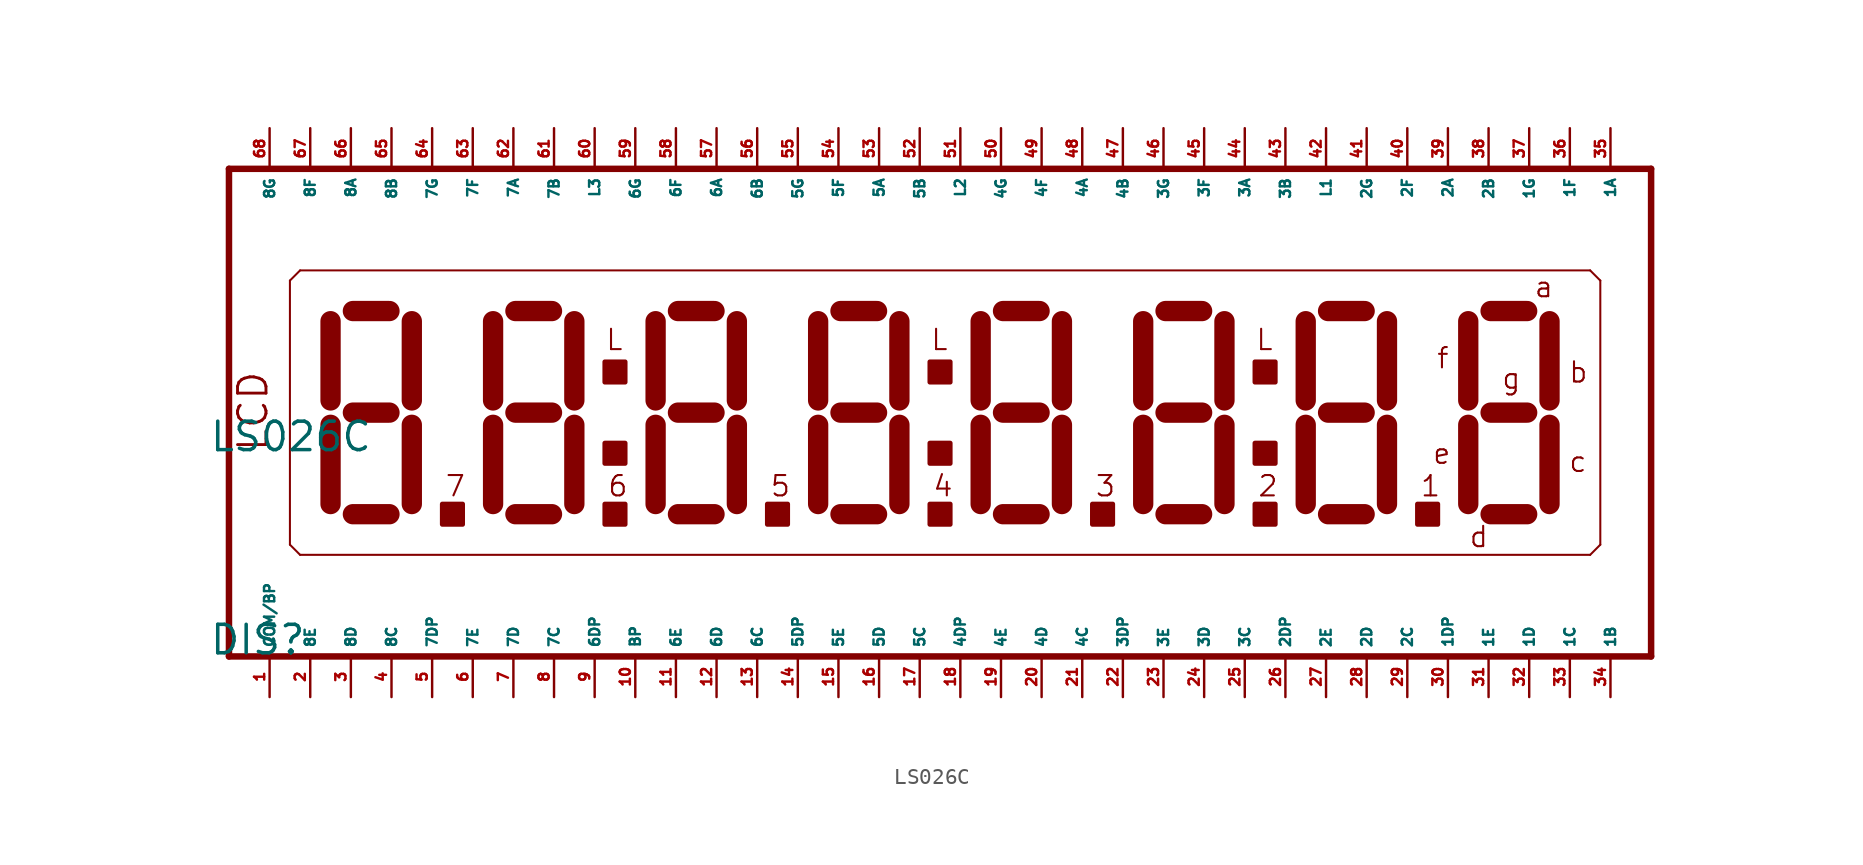
<source format=kicad_sym>
(kicad_symbol_lib
  (version 20220914)
  (generator Eagle2Kicad)
  (symbol "LS026C"
    (property "Reference" "DIS"
      (at -44.45 -15.24 0)
      (effects (font (size 1.778 1.778) (thickness 0.22)) (justify left bottom)))
    (property "Value" "LS026C"
      (at -44.45 -2.54 0)
      (effects (font (size 1.778 1.778) (thickness 0.22)) (justify left bottom)))
    (polyline
      (pts (xy -43.18 -15.24) (xy 45.72 -15.24))
      (stroke (width 0.406) (type default))
      (fill (type none)))
    (polyline
      (pts (xy 45.72 15.24) (xy -43.18 15.24))
      (stroke (width 0.406) (type default))
      (fill (type none)))
    (polyline
      (pts (xy -43.18 15.24) (xy -43.18 -15.24))
      (stroke (width 0.406) (type default))
      (fill (type none)))
    (polyline
      (pts (xy 45.72 -15.24) (xy 45.72 15.24))
      (stroke (width 0.406) (type default))
      (fill (type none)))
    (polyline
      (pts (xy -38.735 8.89) (xy -39.37 8.255))
      (stroke (width 0.127) (type default))
      (fill (type none)))
    (polyline
      (pts (xy -39.37 8.255) (xy -39.37 -8.255))
      (stroke (width 0.127) (type default))
      (fill (type none)))
    (polyline
      (pts (xy -39.37 -8.255) (xy -38.735 -8.89))
      (stroke (width 0.127) (type default))
      (fill (type none)))
    (polyline
      (pts (xy -38.735 -8.89) (xy 41.91 -8.89))
      (stroke (width 0.127) (type default))
      (fill (type none)))
    (polyline
      (pts (xy 41.91 -8.89) (xy 42.545 -8.255))
      (stroke (width 0.127) (type default))
      (fill (type none)))
    (polyline
      (pts (xy 42.545 -8.255) (xy 42.545 8.255))
      (stroke (width 0.127) (type default))
      (fill (type none)))
    (polyline
      (pts (xy 42.545 8.255) (xy 41.91 8.89))
      (stroke (width 0.127) (type default))
      (fill (type none)))
    (polyline
      (pts (xy 41.91 8.89) (xy -38.735 8.89))
      (stroke (width 0.127) (type default))
      (fill (type none)))
    (polyline
      (pts (xy -31.75 -5.715) (xy -31.75 -0.762))
      (stroke (width 1.27) (type default))
      (fill (type none)))
    (polyline
      (pts (xy -31.75 0.762) (xy -31.75 5.715))
      (stroke (width 1.27) (type default))
      (fill (type none)))
    (polyline
      (pts (xy 34.29 5.715) (xy 34.29 0.762))
      (stroke (width 1.27) (type default))
      (fill (type none)))
    (polyline
      (pts (xy 34.29 -0.762) (xy 34.29 -5.715))
      (stroke (width 1.27) (type default))
      (fill (type none)))
    (polyline
      (pts (xy 35.687 -6.35) (xy 37.973 -6.35))
      (stroke (width 1.27) (type default))
      (fill (type none)))
    (polyline
      (pts (xy 39.37 -5.715) (xy 39.37 -0.762))
      (stroke (width 1.27) (type default))
      (fill (type none)))
    (polyline
      (pts (xy 39.37 0.762) (xy 39.37 5.715))
      (stroke (width 1.27) (type default))
      (fill (type none)))
    (polyline
      (pts (xy 35.687 6.35) (xy 37.973 6.35))
      (stroke (width 1.27) (type default))
      (fill (type none)))
    (polyline
      (pts (xy 35.687 0) (xy 37.973 0))
      (stroke (width 1.27) (type default))
      (fill (type none)))
    (polyline
      (pts (xy -26.67 5.715) (xy -26.67 0.762))
      (stroke (width 1.27) (type default))
      (fill (type none)))
    (polyline
      (pts (xy -26.67 -0.762) (xy -26.67 -5.715))
      (stroke (width 1.27) (type default))
      (fill (type none)))
    (polyline
      (pts (xy -25.273 -6.35) (xy -22.987 -6.35))
      (stroke (width 1.27) (type default))
      (fill (type none)))
    (polyline
      (pts (xy -21.59 -5.715) (xy -21.59 -0.762))
      (stroke (width 1.27) (type default))
      (fill (type none)))
    (polyline
      (pts (xy -21.59 0.762) (xy -21.59 5.715))
      (stroke (width 1.27) (type default))
      (fill (type none)))
    (polyline
      (pts (xy -25.273 6.35) (xy -22.987 6.35))
      (stroke (width 1.27) (type default))
      (fill (type none)))
    (polyline
      (pts (xy -25.273 0) (xy -22.987 0))
      (stroke (width 1.27) (type default))
      (fill (type none)))
    (polyline
      (pts (xy 24.13 5.715) (xy 24.13 0.762))
      (stroke (width 1.27) (type default))
      (fill (type none)))
    (polyline
      (pts (xy 24.13 -0.762) (xy 24.13 -5.715))
      (stroke (width 1.27) (type default))
      (fill (type none)))
    (polyline
      (pts (xy 25.527 -6.35) (xy 27.813 -6.35))
      (stroke (width 1.27) (type default))
      (fill (type none)))
    (polyline
      (pts (xy 29.21 -5.715) (xy 29.21 -0.762))
      (stroke (width 1.27) (type default))
      (fill (type none)))
    (polyline
      (pts (xy 29.21 0.762) (xy 29.21 5.715))
      (stroke (width 1.27) (type default))
      (fill (type none)))
    (polyline
      (pts (xy 25.527 6.35) (xy 27.813 6.35))
      (stroke (width 1.27) (type default))
      (fill (type none)))
    (polyline
      (pts (xy 25.527 0) (xy 27.813 0))
      (stroke (width 1.27) (type default))
      (fill (type none)))
    (polyline
      (pts (xy -16.51 5.715) (xy -16.51 0.762))
      (stroke (width 1.27) (type default))
      (fill (type none)))
    (polyline
      (pts (xy -16.51 -0.762) (xy -16.51 -5.715))
      (stroke (width 1.27) (type default))
      (fill (type none)))
    (polyline
      (pts (xy -15.113 -6.35) (xy -12.827 -6.35))
      (stroke (width 1.27) (type default))
      (fill (type none)))
    (polyline
      (pts (xy -11.43 -5.715) (xy -11.43 -0.762))
      (stroke (width 1.27) (type default))
      (fill (type none)))
    (polyline
      (pts (xy -11.43 0.762) (xy -11.43 5.715))
      (stroke (width 1.27) (type default))
      (fill (type none)))
    (polyline
      (pts (xy -15.113 6.35) (xy -12.827 6.35))
      (stroke (width 1.27) (type default))
      (fill (type none)))
    (polyline
      (pts (xy -15.113 0) (xy -12.827 0))
      (stroke (width 1.27) (type default))
      (fill (type none)))
    (polyline
      (pts (xy -36.83 5.715) (xy -36.83 0.762))
      (stroke (width 1.27) (type default))
      (fill (type none)))
    (polyline
      (pts (xy -36.83 -0.762) (xy -36.83 -5.715))
      (stroke (width 1.27) (type default))
      (fill (type none)))
    (polyline
      (pts (xy -35.433 -6.35) (xy -33.147 -6.35))
      (stroke (width 1.27) (type default))
      (fill (type none)))
    (polyline
      (pts (xy -35.433 6.35) (xy -33.147 6.35))
      (stroke (width 1.27) (type default))
      (fill (type none)))
    (polyline
      (pts (xy -35.433 0) (xy -33.147 0))
      (stroke (width 1.27) (type default))
      (fill (type none)))
    (polyline
      (pts (xy -6.35 5.715) (xy -6.35 0.762))
      (stroke (width 1.27) (type default))
      (fill (type none)))
    (polyline
      (pts (xy -6.35 -0.762) (xy -6.35 -5.715))
      (stroke (width 1.27) (type default))
      (fill (type none)))
    (polyline
      (pts (xy -4.953 -6.35) (xy -2.667 -6.35))
      (stroke (width 1.27) (type default))
      (fill (type none)))
    (polyline
      (pts (xy -1.27 -5.715) (xy -1.27 -0.762))
      (stroke (width 1.27) (type default))
      (fill (type none)))
    (polyline
      (pts (xy -1.27 0.762) (xy -1.27 5.715))
      (stroke (width 1.27) (type default))
      (fill (type none)))
    (polyline
      (pts (xy -4.953 6.35) (xy -2.667 6.35))
      (stroke (width 1.27) (type default))
      (fill (type none)))
    (polyline
      (pts (xy -4.953 0) (xy -2.667 0))
      (stroke (width 1.27) (type default))
      (fill (type none)))
    (polyline
      (pts (xy 3.81 5.715) (xy 3.81 0.762))
      (stroke (width 1.27) (type default))
      (fill (type none)))
    (polyline
      (pts (xy 3.81 -0.762) (xy 3.81 -5.715))
      (stroke (width 1.27) (type default))
      (fill (type none)))
    (polyline
      (pts (xy 5.207 -6.35) (xy 7.493 -6.35))
      (stroke (width 1.27) (type default))
      (fill (type none)))
    (polyline
      (pts (xy 8.89 -5.715) (xy 8.89 -0.762))
      (stroke (width 1.27) (type default))
      (fill (type none)))
    (polyline
      (pts (xy 8.89 0.762) (xy 8.89 5.715))
      (stroke (width 1.27) (type default))
      (fill (type none)))
    (polyline
      (pts (xy 5.207 6.35) (xy 7.493 6.35))
      (stroke (width 1.27) (type default))
      (fill (type none)))
    (polyline
      (pts (xy 5.207 0) (xy 7.493 0))
      (stroke (width 1.27) (type default))
      (fill (type none)))
    (polyline
      (pts (xy 13.97 5.715) (xy 13.97 0.762))
      (stroke (width 1.27) (type default))
      (fill (type none)))
    (polyline
      (pts (xy 13.97 -0.762) (xy 13.97 -5.715))
      (stroke (width 1.27) (type default))
      (fill (type none)))
    (polyline
      (pts (xy 15.367 -6.35) (xy 17.653 -6.35))
      (stroke (width 1.27) (type default))
      (fill (type none)))
    (polyline
      (pts (xy 19.05 -5.715) (xy 19.05 -0.762))
      (stroke (width 1.27) (type default))
      (fill (type none)))
    (polyline
      (pts (xy 19.05 0.762) (xy 19.05 5.715))
      (stroke (width 1.27) (type default))
      (fill (type none)))
    (polyline
      (pts (xy 15.367 6.35) (xy 17.653 6.35))
      (stroke (width 1.27) (type default))
      (fill (type none)))
    (polyline
      (pts (xy 15.367 0) (xy 17.653 0))
      (stroke (width 1.27) (type default))
      (fill (type none)))
    (text "LCD"
      (at -40.64 -2.54 900)
      (effects (font (size 1.778 1.778) (thickness 0.18)) (justify left bottom)))
    (text "a"
      (at 38.354 7.112 0)
      (effects (font (size 1.27 1.27) (thickness 0.13)) (justify left bottom)))
    (text "b"
      (at 40.513 1.778 0)
      (effects (font (size 1.27 1.27) (thickness 0.13)) (justify left bottom)))
    (text "c"
      (at 40.513 -3.81 0)
      (effects (font (size 1.27 1.27) (thickness 0.13)) (justify left bottom)))
    (text "d"
      (at 34.29 -8.509 0)
      (effects (font (size 1.27 1.27) (thickness 0.13)) (justify left bottom)))
    (text "e"
      (at 32.004 -3.302 0)
      (effects (font (size 1.27 1.27) (thickness 0.13)) (justify left bottom)))
    (text "f"
      (at 32.258 2.667 0)
      (effects (font (size 1.27 1.27) (thickness 0.13)) (justify left bottom)))
    (text "g"
      (at 36.322 1.397 0)
      (effects (font (size 1.27 1.27) (thickness 0.13)) (justify left bottom)))
    (text "L"
      (at -19.685 3.81 0)
      (effects (font (size 1.27 1.27) (thickness 0.13)) (justify left bottom)))
    (text "L"
      (at 0.635 3.81 0)
      (effects (font (size 1.27 1.27) (thickness 0.13)) (justify left bottom)))
    (text "L"
      (at 20.955 3.81 0)
      (effects (font (size 1.27 1.27) (thickness 0.13)) (justify left bottom)))
    (text "3"
      (at 10.922 -5.334 0)
      (effects (font (size 1.27 1.27) (thickness 0.13)) (justify left bottom)))
    (text "1"
      (at 31.242 -5.334 0)
      (effects (font (size 1.27 1.27) (thickness 0.13)) (justify left bottom)))
    (text "2"
      (at 21.082 -5.334 0)
      (effects (font (size 1.27 1.27) (thickness 0.13)) (justify left bottom)))
    (text "4"
      (at 0.762 -5.334 0)
      (effects (font (size 1.27 1.27) (thickness 0.13)) (justify left bottom)))
    (text "5"
      (at -9.398 -5.334 0)
      (effects (font (size 1.27 1.27) (thickness 0.13)) (justify left bottom)))
    (text "6"
      (at -19.558 -5.334 0)
      (effects (font (size 1.27 1.27) (thickness 0.13)) (justify left bottom)))
    (text "7"
      (at -29.718 -5.334 0)
      (effects (font (size 1.27 1.27) (thickness 0.13)) (justify left bottom)))
    (rectangle
      (start -9.525 -6.985)
      (end -8.255 -5.715)
      (stroke (width 0.3) (type default))
      (fill (type outline)))
    (rectangle
      (start 31.115 -6.985)
      (end 32.385 -5.715)
      (stroke (width 0.3) (type default))
      (fill (type outline)))
    (rectangle
      (start -19.685 -3.175)
      (end -18.415 -1.905)
      (stroke (width 0.3) (type default))
      (fill (type outline)))
    (rectangle
      (start -19.685 1.905)
      (end -18.415 3.175)
      (stroke (width 0.3) (type default))
      (fill (type outline)))
    (rectangle
      (start 0.635 -3.175)
      (end 1.905 -1.905)
      (stroke (width 0.3) (type default))
      (fill (type outline)))
    (rectangle
      (start 0.635 1.905)
      (end 1.905 3.175)
      (stroke (width 0.3) (type default))
      (fill (type outline)))
    (rectangle
      (start 20.955 -3.175)
      (end 22.225 -1.905)
      (stroke (width 0.3) (type default))
      (fill (type outline)))
    (rectangle
      (start 20.955 1.905)
      (end 22.225 3.175)
      (stroke (width 0.3) (type default))
      (fill (type outline)))
    (rectangle
      (start -29.845 -6.985)
      (end -28.575 -5.715)
      (stroke (width 0.3) (type default))
      (fill (type outline)))
    (rectangle
      (start -19.685 -6.985)
      (end -18.415 -5.715)
      (stroke (width 0.3) (type default))
      (fill (type outline)))
    (rectangle
      (start 0.635 -6.985)
      (end 1.905 -5.715)
      (stroke (width 0.3) (type default))
      (fill (type outline)))
    (rectangle
      (start 10.795 -6.985)
      (end 12.065 -5.715)
      (stroke (width 0.3) (type default))
      (fill (type outline)))
    (rectangle
      (start 20.955 -6.985)
      (end 22.225 -5.715)
      (stroke (width 0.3) (type default))
      (fill (type outline)))
    (pin passive line
      (at -40.64 -17.78 90)
      (length 2.54)
      (name "COM/BP" (effects (font (size 0.635 0.635) (thickness 0.08)) (justify left bottom)))
      (number "1" (effects (font (size 0.635 0.635) (thickness 0.08)) (justify left bottom))))
    (pin passive line
      (at 33.02 -17.78 90)
      (length 2.54)
      (name "1DP" (effects (font (size 0.635 0.635) (thickness 0.08)) (justify left bottom)))
      (number "30" (effects (font (size 0.635 0.635) (thickness 0.08)) (justify left bottom))))
    (pin passive line
      (at -5.08 -17.78 90)
      (length 2.54)
      (name "5E" (effects (font (size 0.635 0.635) (thickness 0.08)) (justify left bottom)))
      (number "15" (effects (font (size 0.635 0.635) (thickness 0.08)) (justify left bottom))))
    (pin passive line
      (at 0 -17.78 90)
      (length 2.54)
      (name "5C" (effects (font (size 0.635 0.635) (thickness 0.08)) (justify left bottom)))
      (number "17" (effects (font (size 0.635 0.635) (thickness 0.08)) (justify left bottom))))
    (pin passive line
      (at 15.24 -17.78 90)
      (length 2.54)
      (name "3E" (effects (font (size 0.635 0.635) (thickness 0.08)) (justify left bottom)))
      (number "23" (effects (font (size 0.635 0.635) (thickness 0.08)) (justify left bottom))))
    (pin passive line
      (at 17.78 -17.78 90)
      (length 2.54)
      (name "3D" (effects (font (size 0.635 0.635) (thickness 0.08)) (justify left bottom)))
      (number "24" (effects (font (size 0.635 0.635) (thickness 0.08)) (justify left bottom))))
    (pin passive line
      (at 20.32 -17.78 90)
      (length 2.54)
      (name "3C" (effects (font (size 0.635 0.635) (thickness 0.08)) (justify left bottom)))
      (number "25" (effects (font (size 0.635 0.635) (thickness 0.08)) (justify left bottom))))
    (pin passive line
      (at 12.7 -17.78 90)
      (length 2.54)
      (name "3DP" (effects (font (size 0.635 0.635) (thickness 0.08)) (justify left bottom)))
      (number "22" (effects (font (size 0.635 0.635) (thickness 0.08)) (justify left bottom))))
    (pin passive line
      (at 25.4 -17.78 90)
      (length 2.54)
      (name "2E" (effects (font (size 0.635 0.635) (thickness 0.08)) (justify left bottom)))
      (number "27" (effects (font (size 0.635 0.635) (thickness 0.08)) (justify left bottom))))
    (pin passive line
      (at 27.94 -17.78 90)
      (length 2.54)
      (name "2D" (effects (font (size 0.635 0.635) (thickness 0.08)) (justify left bottom)))
      (number "28" (effects (font (size 0.635 0.635) (thickness 0.08)) (justify left bottom))))
    (pin passive line
      (at 30.48 -17.78 90)
      (length 2.54)
      (name "2C" (effects (font (size 0.635 0.635) (thickness 0.08)) (justify left bottom)))
      (number "29" (effects (font (size 0.635 0.635) (thickness 0.08)) (justify left bottom))))
    (pin passive line
      (at 22.86 -17.78 90)
      (length 2.54)
      (name "2DP" (effects (font (size 0.635 0.635) (thickness 0.08)) (justify left bottom)))
      (number "26" (effects (font (size 0.635 0.635) (thickness 0.08)) (justify left bottom))))
    (pin passive line
      (at 35.56 -17.78 90)
      (length 2.54)
      (name "1E" (effects (font (size 0.635 0.635) (thickness 0.08)) (justify left bottom)))
      (number "31" (effects (font (size 0.635 0.635) (thickness 0.08)) (justify left bottom))))
    (pin passive line
      (at 38.1 -17.78 90)
      (length 2.54)
      (name "1D" (effects (font (size 0.635 0.635) (thickness 0.08)) (justify left bottom)))
      (number "32" (effects (font (size 0.635 0.635) (thickness 0.08)) (justify left bottom))))
    (pin passive line
      (at 40.64 -17.78 90)
      (length 2.54)
      (name "1C" (effects (font (size 0.635 0.635) (thickness 0.08)) (justify left bottom)))
      (number "33" (effects (font (size 0.635 0.635) (thickness 0.08)) (justify left bottom))))
    (pin passive line
      (at 43.18 -17.78 90)
      (length 2.54)
      (name "1B" (effects (font (size 0.635 0.635) (thickness 0.08)) (justify left bottom)))
      (number "34" (effects (font (size 0.635 0.635) (thickness 0.08)) (justify left bottom))))
    (pin passive line
      (at 43.18 17.78 270)
      (length 2.54)
      (name "1A" (effects (font (size 0.635 0.635) (thickness 0.08)) (justify left bottom)))
      (number "35" (effects (font (size 0.635 0.635) (thickness 0.08)) (justify left bottom))))
    (pin passive line
      (at 40.64 17.78 270)
      (length 2.54)
      (name "1F" (effects (font (size 0.635 0.635) (thickness 0.08)) (justify left bottom)))
      (number "36" (effects (font (size 0.635 0.635) (thickness 0.08)) (justify left bottom))))
    (pin passive line
      (at 38.1 17.78 270)
      (length 2.54)
      (name "1G" (effects (font (size 0.635 0.635) (thickness 0.08)) (justify left bottom)))
      (number "37" (effects (font (size 0.635 0.635) (thickness 0.08)) (justify left bottom))))
    (pin passive line
      (at 35.56 17.78 270)
      (length 2.54)
      (name "2B" (effects (font (size 0.635 0.635) (thickness 0.08)) (justify left bottom)))
      (number "38" (effects (font (size 0.635 0.635) (thickness 0.08)) (justify left bottom))))
    (pin passive line
      (at 33.02 17.78 270)
      (length 2.54)
      (name "2A" (effects (font (size 0.635 0.635) (thickness 0.08)) (justify left bottom)))
      (number "39" (effects (font (size 0.635 0.635) (thickness 0.08)) (justify left bottom))))
    (pin passive line
      (at 30.48 17.78 270)
      (length 2.54)
      (name "2F" (effects (font (size 0.635 0.635) (thickness 0.08)) (justify left bottom)))
      (number "40" (effects (font (size 0.635 0.635) (thickness 0.08)) (justify left bottom))))
    (pin passive line
      (at 27.94 17.78 270)
      (length 2.54)
      (name "2G" (effects (font (size 0.635 0.635) (thickness 0.08)) (justify left bottom)))
      (number "41" (effects (font (size 0.635 0.635) (thickness 0.08)) (justify left bottom))))
    (pin passive line
      (at 2.54 17.78 270)
      (length 2.54)
      (name "L2" (effects (font (size 0.635 0.635) (thickness 0.08)) (justify left bottom)))
      (number "51" (effects (font (size 0.635 0.635) (thickness 0.08)) (justify left bottom))))
    (pin passive line
      (at 22.86 17.78 270)
      (length 2.54)
      (name "3B" (effects (font (size 0.635 0.635) (thickness 0.08)) (justify left bottom)))
      (number "43" (effects (font (size 0.635 0.635) (thickness 0.08)) (justify left bottom))))
    (pin passive line
      (at 20.32 17.78 270)
      (length 2.54)
      (name "3A" (effects (font (size 0.635 0.635) (thickness 0.08)) (justify left bottom)))
      (number "44" (effects (font (size 0.635 0.635) (thickness 0.08)) (justify left bottom))))
    (pin passive line
      (at 17.78 17.78 270)
      (length 2.54)
      (name "3F" (effects (font (size 0.635 0.635) (thickness 0.08)) (justify left bottom)))
      (number "45" (effects (font (size 0.635 0.635) (thickness 0.08)) (justify left bottom))))
    (pin passive line
      (at 15.24 17.78 270)
      (length 2.54)
      (name "3G" (effects (font (size 0.635 0.635) (thickness 0.08)) (justify left bottom)))
      (number "46" (effects (font (size 0.635 0.635) (thickness 0.08)) (justify left bottom))))
    (pin passive line
      (at 0 17.78 270)
      (length 2.54)
      (name "5B" (effects (font (size 0.635 0.635) (thickness 0.08)) (justify left bottom)))
      (number "52" (effects (font (size 0.635 0.635) (thickness 0.08)) (justify left bottom))))
    (pin passive line
      (at -2.54 17.78 270)
      (length 2.54)
      (name "5A" (effects (font (size 0.635 0.635) (thickness 0.08)) (justify left bottom)))
      (number "53" (effects (font (size 0.635 0.635) (thickness 0.08)) (justify left bottom))))
    (pin passive line
      (at -2.54 -17.78 90)
      (length 2.54)
      (name "5D" (effects (font (size 0.635 0.635) (thickness 0.08)) (justify left bottom)))
      (number "16" (effects (font (size 0.635 0.635) (thickness 0.08)) (justify left bottom))))
    (pin passive line
      (at 5.08 -17.78 90)
      (length 2.54)
      (name "4E" (effects (font (size 0.635 0.635) (thickness 0.08)) (justify left bottom)))
      (number "19" (effects (font (size 0.635 0.635) (thickness 0.08)) (justify left bottom))))
    (pin passive line
      (at 7.62 -17.78 90)
      (length 2.54)
      (name "4D" (effects (font (size 0.635 0.635) (thickness 0.08)) (justify left bottom)))
      (number "20" (effects (font (size 0.635 0.635) (thickness 0.08)) (justify left bottom))))
    (pin passive line
      (at 10.16 -17.78 90)
      (length 2.54)
      (name "4C" (effects (font (size 0.635 0.635) (thickness 0.08)) (justify left bottom)))
      (number "21" (effects (font (size 0.635 0.635) (thickness 0.08)) (justify left bottom))))
    (pin passive line
      (at 25.4 17.78 270)
      (length 2.54)
      (name "L1" (effects (font (size 0.635 0.635) (thickness 0.08)) (justify left bottom)))
      (number "42" (effects (font (size 0.635 0.635) (thickness 0.08)) (justify left bottom))))
    (pin passive line
      (at 12.7 17.78 270)
      (length 2.54)
      (name "4B" (effects (font (size 0.635 0.635) (thickness 0.08)) (justify left bottom)))
      (number "47" (effects (font (size 0.635 0.635) (thickness 0.08)) (justify left bottom))))
    (pin passive line
      (at 10.16 17.78 270)
      (length 2.54)
      (name "4A" (effects (font (size 0.635 0.635) (thickness 0.08)) (justify left bottom)))
      (number "48" (effects (font (size 0.635 0.635) (thickness 0.08)) (justify left bottom))))
    (pin passive line
      (at 7.62 17.78 270)
      (length 2.54)
      (name "4F" (effects (font (size 0.635 0.635) (thickness 0.08)) (justify left bottom)))
      (number "49" (effects (font (size 0.635 0.635) (thickness 0.08)) (justify left bottom))))
    (pin passive line
      (at 5.08 17.78 270)
      (length 2.54)
      (name "4G" (effects (font (size 0.635 0.635) (thickness 0.08)) (justify left bottom)))
      (number "50" (effects (font (size 0.635 0.635) (thickness 0.08)) (justify left bottom))))
    (pin passive line
      (at -5.08 17.78 270)
      (length 2.54)
      (name "5F" (effects (font (size 0.635 0.635) (thickness 0.08)) (justify left bottom)))
      (number "54" (effects (font (size 0.635 0.635) (thickness 0.08)) (justify left bottom))))
    (pin passive line
      (at -38.1 -17.78 90)
      (length 2.54)
      (name "8E" (effects (font (size 0.635 0.635) (thickness 0.08)) (justify left bottom)))
      (number "2" (effects (font (size 0.635 0.635) (thickness 0.08)) (justify left bottom))))
    (pin passive line
      (at -35.56 -17.78 90)
      (length 2.54)
      (name "8D" (effects (font (size 0.635 0.635) (thickness 0.08)) (justify left bottom)))
      (number "3" (effects (font (size 0.635 0.635) (thickness 0.08)) (justify left bottom))))
    (pin passive line
      (at -33.02 -17.78 90)
      (length 2.54)
      (name "8C" (effects (font (size 0.635 0.635) (thickness 0.08)) (justify left bottom)))
      (number "4" (effects (font (size 0.635 0.635) (thickness 0.08)) (justify left bottom))))
    (pin passive line
      (at -30.48 -17.78 90)
      (length 2.54)
      (name "7DP" (effects (font (size 0.635 0.635) (thickness 0.08)) (justify left bottom)))
      (number "5" (effects (font (size 0.635 0.635) (thickness 0.08)) (justify left bottom))))
    (pin passive line
      (at -27.94 -17.78 90)
      (length 2.54)
      (name "7E" (effects (font (size 0.635 0.635) (thickness 0.08)) (justify left bottom)))
      (number "6" (effects (font (size 0.635 0.635) (thickness 0.08)) (justify left bottom))))
    (pin passive line
      (at -25.4 -17.78 90)
      (length 2.54)
      (name "7D" (effects (font (size 0.635 0.635) (thickness 0.08)) (justify left bottom)))
      (number "7" (effects (font (size 0.635 0.635) (thickness 0.08)) (justify left bottom))))
    (pin passive line
      (at -22.86 -17.78 90)
      (length 2.54)
      (name "7C" (effects (font (size 0.635 0.635) (thickness 0.08)) (justify left bottom)))
      (number "8" (effects (font (size 0.635 0.635) (thickness 0.08)) (justify left bottom))))
    (pin passive line
      (at -20.32 -17.78 90)
      (length 2.54)
      (name "6DP" (effects (font (size 0.635 0.635) (thickness 0.08)) (justify left bottom)))
      (number "9" (effects (font (size 0.635 0.635) (thickness 0.08)) (justify left bottom))))
    (pin passive line
      (at -17.78 -17.78 90)
      (length 2.54)
      (name "BP" (effects (font (size 0.635 0.635) (thickness 0.08)) (justify left bottom)))
      (number "10" (effects (font (size 0.635 0.635) (thickness 0.08)) (justify left bottom))))
    (pin passive line
      (at -15.24 -17.78 90)
      (length 2.54)
      (name "6E" (effects (font (size 0.635 0.635) (thickness 0.08)) (justify left bottom)))
      (number "11" (effects (font (size 0.635 0.635) (thickness 0.08)) (justify left bottom))))
    (pin passive line
      (at -12.7 -17.78 90)
      (length 2.54)
      (name "6D" (effects (font (size 0.635 0.635) (thickness 0.08)) (justify left bottom)))
      (number "12" (effects (font (size 0.635 0.635) (thickness 0.08)) (justify left bottom))))
    (pin passive line
      (at -10.16 -17.78 90)
      (length 2.54)
      (name "6C" (effects (font (size 0.635 0.635) (thickness 0.08)) (justify left bottom)))
      (number "13" (effects (font (size 0.635 0.635) (thickness 0.08)) (justify left bottom))))
    (pin passive line
      (at -7.62 -17.78 90)
      (length 2.54)
      (name "5DP" (effects (font (size 0.635 0.635) (thickness 0.08)) (justify left bottom)))
      (number "14" (effects (font (size 0.635 0.635) (thickness 0.08)) (justify left bottom))))
    (pin passive line
      (at 2.54 -17.78 90)
      (length 2.54)
      (name "4DP" (effects (font (size 0.635 0.635) (thickness 0.08)) (justify left bottom)))
      (number "18" (effects (font (size 0.635 0.635) (thickness 0.08)) (justify left bottom))))
    (pin passive line
      (at -7.62 17.78 270)
      (length 2.54)
      (name "5G" (effects (font (size 0.635 0.635) (thickness 0.08)) (justify left bottom)))
      (number "55" (effects (font (size 0.635 0.635) (thickness 0.08)) (justify left bottom))))
    (pin passive line
      (at -10.16 17.78 270)
      (length 2.54)
      (name "6B" (effects (font (size 0.635 0.635) (thickness 0.08)) (justify left bottom)))
      (number "56" (effects (font (size 0.635 0.635) (thickness 0.08)) (justify left bottom))))
    (pin passive line
      (at -12.7 17.78 270)
      (length 2.54)
      (name "6A" (effects (font (size 0.635 0.635) (thickness 0.08)) (justify left bottom)))
      (number "57" (effects (font (size 0.635 0.635) (thickness 0.08)) (justify left bottom))))
    (pin passive line
      (at -15.24 17.78 270)
      (length 2.54)
      (name "6F" (effects (font (size 0.635 0.635) (thickness 0.08)) (justify left bottom)))
      (number "58" (effects (font (size 0.635 0.635) (thickness 0.08)) (justify left bottom))))
    (pin passive line
      (at -17.78 17.78 270)
      (length 2.54)
      (name "6G" (effects (font (size 0.635 0.635) (thickness 0.08)) (justify left bottom)))
      (number "59" (effects (font (size 0.635 0.635) (thickness 0.08)) (justify left bottom))))
    (pin passive line
      (at -20.32 17.78 270)
      (length 2.54)
      (name "L3" (effects (font (size 0.635 0.635) (thickness 0.08)) (justify left bottom)))
      (number "60" (effects (font (size 0.635 0.635) (thickness 0.08)) (justify left bottom))))
    (pin passive line
      (at -22.86 17.78 270)
      (length 2.54)
      (name "7B" (effects (font (size 0.635 0.635) (thickness 0.08)) (justify left bottom)))
      (number "61" (effects (font (size 0.635 0.635) (thickness 0.08)) (justify left bottom))))
    (pin passive line
      (at -25.4 17.78 270)
      (length 2.54)
      (name "7A" (effects (font (size 0.635 0.635) (thickness 0.08)) (justify left bottom)))
      (number "62" (effects (font (size 0.635 0.635) (thickness 0.08)) (justify left bottom))))
    (pin passive line
      (at -27.94 17.78 270)
      (length 2.54)
      (name "7F" (effects (font (size 0.635 0.635) (thickness 0.08)) (justify left bottom)))
      (number "63" (effects (font (size 0.635 0.635) (thickness 0.08)) (justify left bottom))))
    (pin passive line
      (at -30.48 17.78 270)
      (length 2.54)
      (name "7G" (effects (font (size 0.635 0.635) (thickness 0.08)) (justify left bottom)))
      (number "64" (effects (font (size 0.635 0.635) (thickness 0.08)) (justify left bottom))))
    (pin passive line
      (at -33.02 17.78 270)
      (length 2.54)
      (name "8B" (effects (font (size 0.635 0.635) (thickness 0.08)) (justify left bottom)))
      (number "65" (effects (font (size 0.635 0.635) (thickness 0.08)) (justify left bottom))))
    (pin passive line
      (at -35.56 17.78 270)
      (length 2.54)
      (name "8A" (effects (font (size 0.635 0.635) (thickness 0.08)) (justify left bottom)))
      (number "66" (effects (font (size 0.635 0.635) (thickness 0.08)) (justify left bottom))))
    (pin passive line
      (at -38.1 17.78 270)
      (length 2.54)
      (name "8F" (effects (font (size 0.635 0.635) (thickness 0.08)) (justify left bottom)))
      (number "67" (effects (font (size 0.635 0.635) (thickness 0.08)) (justify left bottom))))
    (pin passive line
      (at -40.64 17.78 270)
      (length 2.54)
      (name "8G" (effects (font (size 0.635 0.635) (thickness 0.08)) (justify left bottom)))
      (number "68" (effects (font (size 0.635 0.635) (thickness 0.08)) (justify left bottom))))))
</source>
